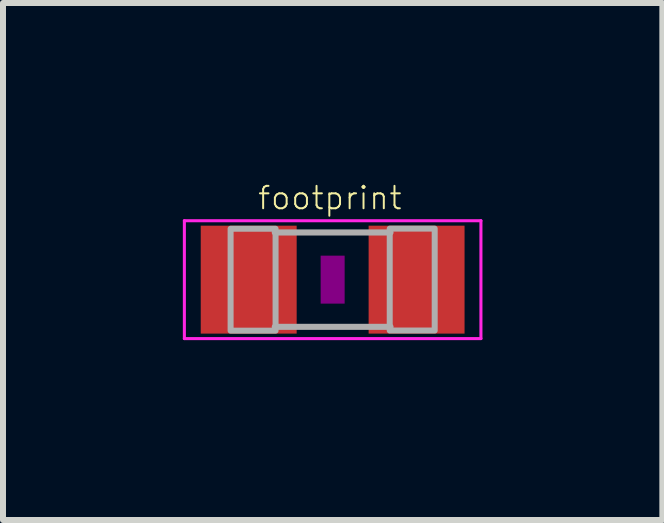
<source format=kicad_pcb>
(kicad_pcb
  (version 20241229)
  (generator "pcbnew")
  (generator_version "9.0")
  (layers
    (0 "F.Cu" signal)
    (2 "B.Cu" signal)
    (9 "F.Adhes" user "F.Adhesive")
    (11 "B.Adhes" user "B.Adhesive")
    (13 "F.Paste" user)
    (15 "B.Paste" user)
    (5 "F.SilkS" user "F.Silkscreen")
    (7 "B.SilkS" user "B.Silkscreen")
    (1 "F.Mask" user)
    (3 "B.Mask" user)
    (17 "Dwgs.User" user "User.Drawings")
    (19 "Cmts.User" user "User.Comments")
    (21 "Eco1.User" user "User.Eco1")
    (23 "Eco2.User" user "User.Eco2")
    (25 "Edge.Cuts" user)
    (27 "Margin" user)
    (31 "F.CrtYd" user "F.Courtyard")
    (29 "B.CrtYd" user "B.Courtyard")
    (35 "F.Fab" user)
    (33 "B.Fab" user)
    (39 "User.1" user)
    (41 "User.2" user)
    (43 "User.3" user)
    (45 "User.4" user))
  (footprint "footprint"
    (layer "F.Cu")
    (at 2.498 1.614)
    (property "Reference" "footprint" (at -1.27 -1.143 0) (layer "F.SilkS") (effects (font (size 0.374 0.374) (thickness 0.033)) (justify left bottom)))
    (fp_poly (pts (xy -0.2 0.4) (xy 0.2 0.4) (xy 0.2 -0.4) (xy -0.2 -0.4)) (stroke (width 0) (type solid)) (fill yes) (layer "F.Adhes"))
    (fp_line (start -2.473 -0.983) (end 2.473 -0.983) (stroke (width 0.051) (type solid)) (layer "F.CrtYd"))
    (fp_line (start -2.473 0.983) (end -2.473 -0.983) (stroke (width 0.051) (type solid)) (layer "F.CrtYd"))
    (fp_line (start 2.473 -0.983) (end 2.473 0.983) (stroke (width 0.051) (type solid)) (layer "F.CrtYd"))
    (fp_line (start 2.473 0.983) (end -2.473 0.983) (stroke (width 0.051) (type solid)) (layer "F.CrtYd"))
    (fp_line (start -0.965 -0.787) (end 0.965 -0.787) (stroke (width 0.102) (type solid)) (layer "F.Fab"))
    (fp_line (start -0.965 0.787) (end 0.965 0.787) (stroke (width 0.102) (type solid)) (layer "F.Fab"))
    (fp_poly (pts (xy -1.702 0.851) (xy -0.952 0.851) (xy -0.952 -0.849) (xy -1.702 -0.849)) (stroke (width 0.1) (type solid)) (fill no) (layer "F.Fab"))
    (fp_poly (pts (xy 0.952 0.849) (xy 1.702 0.849) (xy 1.702 -0.851) (xy 0.952 -0.851)) (stroke (width 0.1) (type solid)) (fill no) (layer "F.Fab"))
    (pad "1" smd rect (at -1.4 0) (size 1.6 1.8) (layers "F.Cu" "F.Mask" "F.Paste"))
    (pad "2" smd rect (at 1.4 0) (size 1.6 1.8) (layers "F.Cu" "F.Mask" "F.Paste")))
  (gr_rect
    (start -3 -3)
    (end 7.997 5.623)
    (stroke (width 0.1) (type default))
    (fill no)
    (layer "Edge.Cuts")))
</source>
